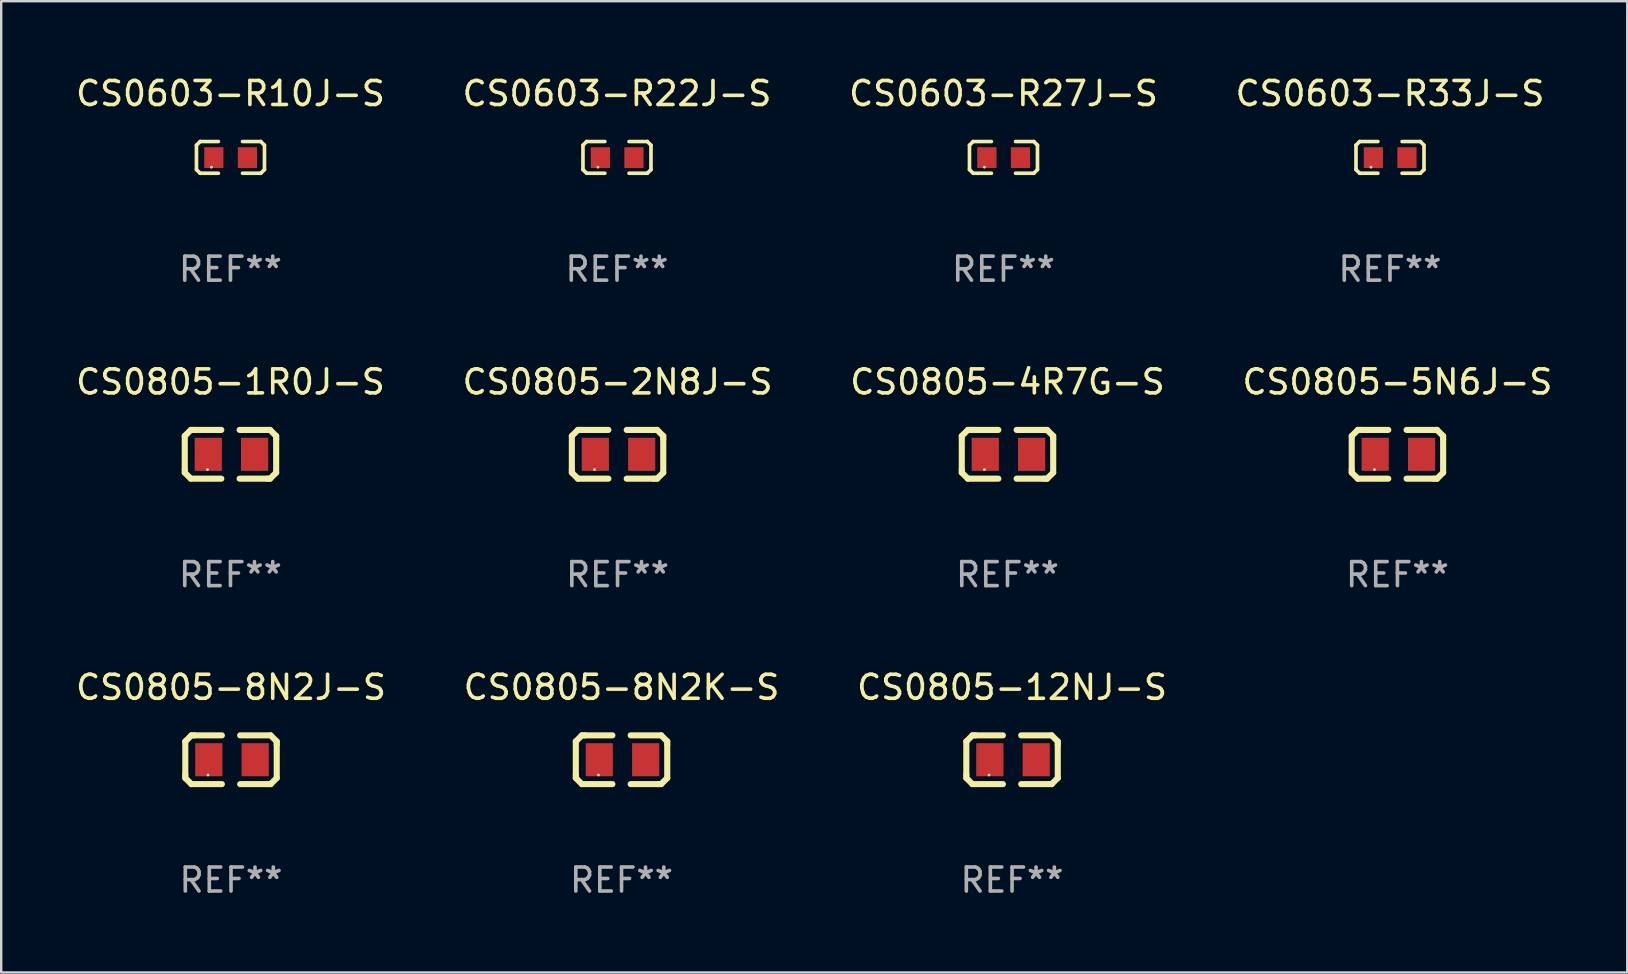
<source format=kicad_pcb>
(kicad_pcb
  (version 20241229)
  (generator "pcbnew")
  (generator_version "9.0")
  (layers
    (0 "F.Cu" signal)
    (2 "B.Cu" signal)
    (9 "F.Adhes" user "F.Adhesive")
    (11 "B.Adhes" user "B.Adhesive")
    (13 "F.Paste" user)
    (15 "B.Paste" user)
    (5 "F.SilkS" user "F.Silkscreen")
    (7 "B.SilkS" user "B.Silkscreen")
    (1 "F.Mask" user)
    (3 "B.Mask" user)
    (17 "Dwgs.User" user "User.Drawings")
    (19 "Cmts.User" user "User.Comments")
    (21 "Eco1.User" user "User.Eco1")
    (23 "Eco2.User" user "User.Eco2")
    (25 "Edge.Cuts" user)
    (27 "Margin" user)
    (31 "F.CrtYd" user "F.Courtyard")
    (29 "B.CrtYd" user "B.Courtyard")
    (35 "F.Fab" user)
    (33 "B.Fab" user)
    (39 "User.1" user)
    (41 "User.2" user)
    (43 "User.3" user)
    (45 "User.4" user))
  (footprint "CS0805-8N2K-S"
    (layer "F.Cu")
    (at 22.851 28.61)
    (property "Reference" "CS0805-8N2K-S" (at 0 -3.016 0) (layer "F.SilkS") (effects (font (size 1 1) (thickness 0.15))))
    (attr through_hole)
    (fp_line (start -1.905 -0.762) (end -1.905 0.635) (stroke (width 0.254) (type solid)) (layer "F.SilkS"))
    (fp_line (start -1.905 0.635) (end -1.905 0.762) (stroke (width 0.254) (type solid)) (layer "F.SilkS"))
    (fp_line (start -1.905 0.762) (end -1.651 1.016) (stroke (width 0.254) (type solid)) (layer "F.SilkS"))
    (fp_line (start -1.651 -1.016) (end -1.905 -0.762) (stroke (width 0.254) (type solid)) (layer "F.SilkS"))
    (fp_line (start -1.651 1.016) (end -0.381 1.016) (stroke (width 0.254) (type solid)) (layer "F.SilkS"))
    (fp_line (start -1.524 -1.016) (end -1.651 -1.016) (stroke (width 0.254) (type solid)) (layer "F.SilkS"))
    (fp_line (start -0.381 -1.016) (end -1.524 -1.016) (stroke (width 0.254) (type solid)) (layer "F.SilkS"))
    (fp_line (start 0.381 1.016) (end 1.524 1.016) (stroke (width 0.254) (type solid)) (layer "F.SilkS"))
    (fp_line (start 1.524 1.016) (end 1.651 1.016) (stroke (width 0.254) (type solid)) (layer "F.SilkS"))
    (fp_line (start 1.651 -1.016) (end 0.381 -1.016) (stroke (width 0.254) (type solid)) (layer "F.SilkS"))
    (fp_line (start 1.651 1.016) (end 1.905 0.762) (stroke (width 0.254) (type solid)) (layer "F.SilkS"))
    (fp_line (start 1.905 -0.762) (end 1.651 -1.016) (stroke (width 0.254) (type solid)) (layer "F.SilkS"))
    (fp_line (start 1.905 -0.635) (end 1.905 -0.762) (stroke (width 0.254) (type solid)) (layer "F.SilkS"))
    (fp_line (start 1.905 0.762) (end 1.905 -0.635) (stroke (width 0.254) (type solid)) (layer "F.SilkS"))
    (fp_circle (center -0.96 0.637) (end -0.93 0.637) (stroke (width 0.06) (type solid)) (fill no) (layer "F.SilkS"))
    (fp_text user "REF**" (at 0 5.016 0) (layer "F.Fab") (effects (font (size 1 1) (thickness 0.15))))
    (pad "1" smd rect (at -0.926 -0.000051) (size 1.133 1.377) (layers "F.Cu" "F.Mask" "F.Paste"))
    (pad "2" smd rect (at 1.006 -0.000051) (size 1.133 1.377) (layers "F.Cu" "F.Mask" "F.Paste")))
  (footprint "CS0603-R27J-S"
    (layer "F.Cu")
    (at 38.768 3.509)
    (property "Reference" "CS0603-R27J-S" (at 0 -2.661 0) (layer "F.SilkS") (effects (font (size 1 1) (thickness 0.15))))
    (attr through_hole)
    (fp_line (start -1.417 -0.508) (end -1.265 -0.661) (stroke (width 0.152) (type solid)) (layer "F.SilkS"))
    (fp_line (start -1.417 0.508) (end -1.417 -0.508) (stroke (width 0.152) (type solid)) (layer "F.SilkS"))
    (fp_line (start -1.265 -0.661) (end -0.503 -0.661) (stroke (width 0.152) (type solid)) (layer "F.SilkS"))
    (fp_line (start -1.265 0.661) (end -1.417 0.508) (stroke (width 0.152) (type solid)) (layer "F.SilkS"))
    (fp_line (start -1.265 0.661) (end -0.503 0.661) (stroke (width 0.152) (type solid)) (layer "F.SilkS"))
    (fp_line (start 1.265 -0.661) (end 0.503 -0.661) (stroke (width 0.152) (type solid)) (layer "F.SilkS"))
    (fp_line (start 1.265 -0.661) (end 1.417 -0.508) (stroke (width 0.152) (type solid)) (layer "F.SilkS"))
    (fp_line (start 1.265 0.661) (end 0.503 0.661) (stroke (width 0.152) (type solid)) (layer "F.SilkS"))
    (fp_line (start 1.417 -0.508) (end 1.417 0.508) (stroke (width 0.152) (type solid)) (layer "F.SilkS"))
    (fp_line (start 1.417 0.508) (end 1.265 0.661) (stroke (width 0.152) (type solid)) (layer "F.SilkS"))
    (fp_circle (center -0.793 0.409) (end -0.763 0.409) (stroke (width 0.06) (type solid)) (fill no) (layer "F.SilkS"))
    (fp_text user "REF**" (at 0 4.661 0) (layer "F.Fab") (effects (font (size 1 1) (thickness 0.15))))
    (pad "1" smd rect (at -0.693 0.009 180) (size 0.8 0.864) (layers "F.Cu" "F.Mask" "F.Paste"))
    (pad "2" smd rect (at 0.707 0.009 180) (size 0.8 0.864) (layers "F.Cu" "F.Mask" "F.Paste")))
  (footprint "CS0805-1R0J-S"
    (layer "F.Cu")
    (at 6.554 15.882)
    (property "Reference" "CS0805-1R0J-S" (at 0 -3.016 0) (layer "F.SilkS") (effects (font (size 1 1) (thickness 0.15))))
    (attr through_hole)
    (fp_line (start -1.905 -0.762) (end -1.905 0.635) (stroke (width 0.254) (type solid)) (layer "F.SilkS"))
    (fp_line (start -1.905 0.635) (end -1.905 0.762) (stroke (width 0.254) (type solid)) (layer "F.SilkS"))
    (fp_line (start -1.905 0.762) (end -1.651 1.016) (stroke (width 0.254) (type solid)) (layer "F.SilkS"))
    (fp_line (start -1.651 -1.016) (end -1.905 -0.762) (stroke (width 0.254) (type solid)) (layer "F.SilkS"))
    (fp_line (start -1.651 1.016) (end -0.381 1.016) (stroke (width 0.254) (type solid)) (layer "F.SilkS"))
    (fp_line (start -1.524 -1.016) (end -1.651 -1.016) (stroke (width 0.254) (type solid)) (layer "F.SilkS"))
    (fp_line (start -0.381 -1.016) (end -1.524 -1.016) (stroke (width 0.254) (type solid)) (layer "F.SilkS"))
    (fp_line (start 0.381 1.016) (end 1.524 1.016) (stroke (width 0.254) (type solid)) (layer "F.SilkS"))
    (fp_line (start 1.524 1.016) (end 1.651 1.016) (stroke (width 0.254) (type solid)) (layer "F.SilkS"))
    (fp_line (start 1.651 -1.016) (end 0.381 -1.016) (stroke (width 0.254) (type solid)) (layer "F.SilkS"))
    (fp_line (start 1.651 1.016) (end 1.905 0.762) (stroke (width 0.254) (type solid)) (layer "F.SilkS"))
    (fp_line (start 1.905 -0.762) (end 1.651 -1.016) (stroke (width 0.254) (type solid)) (layer "F.SilkS"))
    (fp_line (start 1.905 -0.635) (end 1.905 -0.762) (stroke (width 0.254) (type solid)) (layer "F.SilkS"))
    (fp_line (start 1.905 0.762) (end 1.905 -0.635) (stroke (width 0.254) (type solid)) (layer "F.SilkS"))
    (fp_circle (center -0.96 0.637) (end -0.93 0.637) (stroke (width 0.06) (type solid)) (fill no) (layer "F.SilkS"))
    (fp_text user "REF**" (at 0 5.016 0) (layer "F.Fab") (effects (font (size 1 1) (thickness 0.15))))
    (pad "1" smd rect (at -0.926 -0.000051) (size 1.133 1.377) (layers "F.Cu" "F.Mask" "F.Paste"))
    (pad "2" smd rect (at 1.006 -0.000051) (size 1.133 1.377) (layers "F.Cu" "F.Mask" "F.Paste")))
  (footprint "CS0603-R33J-S"
    (layer "F.Cu")
    (at 54.875 3.509)
    (property "Reference" "CS0603-R33J-S" (at 0 -2.661 0) (layer "F.SilkS") (effects (font (size 1 1) (thickness 0.15))))
    (attr through_hole)
    (fp_line (start -1.417 -0.508) (end -1.265 -0.661) (stroke (width 0.152) (type solid)) (layer "F.SilkS"))
    (fp_line (start -1.417 0.508) (end -1.417 -0.508) (stroke (width 0.152) (type solid)) (layer "F.SilkS"))
    (fp_line (start -1.265 -0.661) (end -0.503 -0.661) (stroke (width 0.152) (type solid)) (layer "F.SilkS"))
    (fp_line (start -1.265 0.661) (end -1.417 0.508) (stroke (width 0.152) (type solid)) (layer "F.SilkS"))
    (fp_line (start -1.265 0.661) (end -0.503 0.661) (stroke (width 0.152) (type solid)) (layer "F.SilkS"))
    (fp_line (start 1.265 -0.661) (end 0.503 -0.661) (stroke (width 0.152) (type solid)) (layer "F.SilkS"))
    (fp_line (start 1.265 -0.661) (end 1.417 -0.508) (stroke (width 0.152) (type solid)) (layer "F.SilkS"))
    (fp_line (start 1.265 0.661) (end 0.503 0.661) (stroke (width 0.152) (type solid)) (layer "F.SilkS"))
    (fp_line (start 1.417 -0.508) (end 1.417 0.508) (stroke (width 0.152) (type solid)) (layer "F.SilkS"))
    (fp_line (start 1.417 0.508) (end 1.265 0.661) (stroke (width 0.152) (type solid)) (layer "F.SilkS"))
    (fp_circle (center -0.793 0.409) (end -0.763 0.409) (stroke (width 0.06) (type solid)) (fill no) (layer "F.SilkS"))
    (fp_text user "REF**" (at 0 4.661 0) (layer "F.Fab") (effects (font (size 1 1) (thickness 0.15))))
    (pad "1" smd rect (at -0.693 0.009 180) (size 0.8 0.864) (layers "F.Cu" "F.Mask" "F.Paste"))
    (pad "2" smd rect (at 0.707 0.009 180) (size 0.8 0.864) (layers "F.Cu" "F.Mask" "F.Paste")))
  (footprint "CS0805-8N2J-S"
    (layer "F.Cu")
    (at 6.577 28.61)
    (property "Reference" "CS0805-8N2J-S" (at 0 -3.016 0) (layer "F.SilkS") (effects (font (size 1 1) (thickness 0.15))))
    (attr through_hole)
    (fp_line (start -1.905 -0.762) (end -1.905 0.635) (stroke (width 0.254) (type solid)) (layer "F.SilkS"))
    (fp_line (start -1.905 0.635) (end -1.905 0.762) (stroke (width 0.254) (type solid)) (layer "F.SilkS"))
    (fp_line (start -1.905 0.762) (end -1.651 1.016) (stroke (width 0.254) (type solid)) (layer "F.SilkS"))
    (fp_line (start -1.651 -1.016) (end -1.905 -0.762) (stroke (width 0.254) (type solid)) (layer "F.SilkS"))
    (fp_line (start -1.651 1.016) (end -0.381 1.016) (stroke (width 0.254) (type solid)) (layer "F.SilkS"))
    (fp_line (start -1.524 -1.016) (end -1.651 -1.016) (stroke (width 0.254) (type solid)) (layer "F.SilkS"))
    (fp_line (start -0.381 -1.016) (end -1.524 -1.016) (stroke (width 0.254) (type solid)) (layer "F.SilkS"))
    (fp_line (start 0.381 1.016) (end 1.524 1.016) (stroke (width 0.254) (type solid)) (layer "F.SilkS"))
    (fp_line (start 1.524 1.016) (end 1.651 1.016) (stroke (width 0.254) (type solid)) (layer "F.SilkS"))
    (fp_line (start 1.651 -1.016) (end 0.381 -1.016) (stroke (width 0.254) (type solid)) (layer "F.SilkS"))
    (fp_line (start 1.651 1.016) (end 1.905 0.762) (stroke (width 0.254) (type solid)) (layer "F.SilkS"))
    (fp_line (start 1.905 -0.762) (end 1.651 -1.016) (stroke (width 0.254) (type solid)) (layer "F.SilkS"))
    (fp_line (start 1.905 -0.635) (end 1.905 -0.762) (stroke (width 0.254) (type solid)) (layer "F.SilkS"))
    (fp_line (start 1.905 0.762) (end 1.905 -0.635) (stroke (width 0.254) (type solid)) (layer "F.SilkS"))
    (fp_circle (center -0.96 0.637) (end -0.93 0.637) (stroke (width 0.06) (type solid)) (fill no) (layer "F.SilkS"))
    (fp_text user "REF**" (at 0 5.016 0) (layer "F.Fab") (effects (font (size 1 1) (thickness 0.15))))
    (pad "1" smd rect (at -0.926 -0.000051) (size 1.133 1.377) (layers "F.Cu" "F.Mask" "F.Paste"))
    (pad "2" smd rect (at 1.006 -0.000051) (size 1.133 1.377) (layers "F.Cu" "F.Mask" "F.Paste")))
  (footprint "CS0805-2N8J-S"
    (layer "F.Cu")
    (at 22.685 15.882)
    (property "Reference" "CS0805-2N8J-S" (at 0 -3.016 0) (layer "F.SilkS") (effects (font (size 1 1) (thickness 0.15))))
    (attr through_hole)
    (fp_line (start -1.905 -0.762) (end -1.905 0.635) (stroke (width 0.254) (type solid)) (layer "F.SilkS"))
    (fp_line (start -1.905 0.635) (end -1.905 0.762) (stroke (width 0.254) (type solid)) (layer "F.SilkS"))
    (fp_line (start -1.905 0.762) (end -1.651 1.016) (stroke (width 0.254) (type solid)) (layer "F.SilkS"))
    (fp_line (start -1.651 -1.016) (end -1.905 -0.762) (stroke (width 0.254) (type solid)) (layer "F.SilkS"))
    (fp_line (start -1.651 1.016) (end -0.381 1.016) (stroke (width 0.254) (type solid)) (layer "F.SilkS"))
    (fp_line (start -1.524 -1.016) (end -1.651 -1.016) (stroke (width 0.254) (type solid)) (layer "F.SilkS"))
    (fp_line (start -0.381 -1.016) (end -1.524 -1.016) (stroke (width 0.254) (type solid)) (layer "F.SilkS"))
    (fp_line (start 0.381 1.016) (end 1.524 1.016) (stroke (width 0.254) (type solid)) (layer "F.SilkS"))
    (fp_line (start 1.524 1.016) (end 1.651 1.016) (stroke (width 0.254) (type solid)) (layer "F.SilkS"))
    (fp_line (start 1.651 -1.016) (end 0.381 -1.016) (stroke (width 0.254) (type solid)) (layer "F.SilkS"))
    (fp_line (start 1.651 1.016) (end 1.905 0.762) (stroke (width 0.254) (type solid)) (layer "F.SilkS"))
    (fp_line (start 1.905 -0.762) (end 1.651 -1.016) (stroke (width 0.254) (type solid)) (layer "F.SilkS"))
    (fp_line (start 1.905 -0.635) (end 1.905 -0.762) (stroke (width 0.254) (type solid)) (layer "F.SilkS"))
    (fp_line (start 1.905 0.762) (end 1.905 -0.635) (stroke (width 0.254) (type solid)) (layer "F.SilkS"))
    (fp_circle (center -0.96 0.637) (end -0.93 0.637) (stroke (width 0.06) (type solid)) (fill no) (layer "F.SilkS"))
    (fp_text user "REF**" (at 0 5.016 0) (layer "F.Fab") (effects (font (size 1 1) (thickness 0.15))))
    (pad "1" smd rect (at -0.926 -0.000051) (size 1.133 1.377) (layers "F.Cu" "F.Mask" "F.Paste"))
    (pad "2" smd rect (at 1.006 -0.000051) (size 1.133 1.377) (layers "F.Cu" "F.Mask" "F.Paste")))
  (footprint "CS0603-R10J-S"
    (layer "F.Cu")
    (at 6.554 3.509)
    (property "Reference" "CS0603-R10J-S" (at 0 -2.661 0) (layer "F.SilkS") (effects (font (size 1 1) (thickness 0.15))))
    (attr through_hole)
    (fp_line (start -1.417 -0.508) (end -1.265 -0.661) (stroke (width 0.152) (type solid)) (layer "F.SilkS"))
    (fp_line (start -1.417 0.508) (end -1.417 -0.508) (stroke (width 0.152) (type solid)) (layer "F.SilkS"))
    (fp_line (start -1.265 -0.661) (end -0.503 -0.661) (stroke (width 0.152) (type solid)) (layer "F.SilkS"))
    (fp_line (start -1.265 0.661) (end -1.417 0.508) (stroke (width 0.152) (type solid)) (layer "F.SilkS"))
    (fp_line (start -1.265 0.661) (end -0.503 0.661) (stroke (width 0.152) (type solid)) (layer "F.SilkS"))
    (fp_line (start 1.265 -0.661) (end 0.503 -0.661) (stroke (width 0.152) (type solid)) (layer "F.SilkS"))
    (fp_line (start 1.265 -0.661) (end 1.417 -0.508) (stroke (width 0.152) (type solid)) (layer "F.SilkS"))
    (fp_line (start 1.265 0.661) (end 0.503 0.661) (stroke (width 0.152) (type solid)) (layer "F.SilkS"))
    (fp_line (start 1.417 -0.508) (end 1.417 0.508) (stroke (width 0.152) (type solid)) (layer "F.SilkS"))
    (fp_line (start 1.417 0.508) (end 1.265 0.661) (stroke (width 0.152) (type solid)) (layer "F.SilkS"))
    (fp_circle (center -0.793 0.409) (end -0.763 0.409) (stroke (width 0.06) (type solid)) (fill no) (layer "F.SilkS"))
    (fp_text user "REF**" (at 0 4.661 0) (layer "F.Fab") (effects (font (size 1 1) (thickness 0.15))))
    (pad "1" smd rect (at -0.693 0.009 180) (size 0.8 0.864) (layers "F.Cu" "F.Mask" "F.Paste"))
    (pad "2" smd rect (at 0.707 0.009 180) (size 0.8 0.864) (layers "F.Cu" "F.Mask" "F.Paste")))
  (footprint "CS0805-4R7G-S"
    (layer "F.Cu")
    (at 38.935 15.882)
    (property "Reference" "CS0805-4R7G-S" (at 0 -3.016 0) (layer "F.SilkS") (effects (font (size 1 1) (thickness 0.15))))
    (attr through_hole)
    (fp_line (start -1.905 -0.762) (end -1.905 0.635) (stroke (width 0.254) (type solid)) (layer "F.SilkS"))
    (fp_line (start -1.905 0.635) (end -1.905 0.762) (stroke (width 0.254) (type solid)) (layer "F.SilkS"))
    (fp_line (start -1.905 0.762) (end -1.651 1.016) (stroke (width 0.254) (type solid)) (layer "F.SilkS"))
    (fp_line (start -1.651 -1.016) (end -1.905 -0.762) (stroke (width 0.254) (type solid)) (layer "F.SilkS"))
    (fp_line (start -1.651 1.016) (end -0.381 1.016) (stroke (width 0.254) (type solid)) (layer "F.SilkS"))
    (fp_line (start -1.524 -1.016) (end -1.651 -1.016) (stroke (width 0.254) (type solid)) (layer "F.SilkS"))
    (fp_line (start -0.381 -1.016) (end -1.524 -1.016) (stroke (width 0.254) (type solid)) (layer "F.SilkS"))
    (fp_line (start 0.381 1.016) (end 1.524 1.016) (stroke (width 0.254) (type solid)) (layer "F.SilkS"))
    (fp_line (start 1.524 1.016) (end 1.651 1.016) (stroke (width 0.254) (type solid)) (layer "F.SilkS"))
    (fp_line (start 1.651 -1.016) (end 0.381 -1.016) (stroke (width 0.254) (type solid)) (layer "F.SilkS"))
    (fp_line (start 1.651 1.016) (end 1.905 0.762) (stroke (width 0.254) (type solid)) (layer "F.SilkS"))
    (fp_line (start 1.905 -0.762) (end 1.651 -1.016) (stroke (width 0.254) (type solid)) (layer "F.SilkS"))
    (fp_line (start 1.905 -0.635) (end 1.905 -0.762) (stroke (width 0.254) (type solid)) (layer "F.SilkS"))
    (fp_line (start 1.905 0.762) (end 1.905 -0.635) (stroke (width 0.254) (type solid)) (layer "F.SilkS"))
    (fp_circle (center -0.96 0.637) (end -0.93 0.637) (stroke (width 0.06) (type solid)) (fill no) (layer "F.SilkS"))
    (fp_text user "REF**" (at 0 5.016 0) (layer "F.Fab") (effects (font (size 1 1) (thickness 0.15))))
    (pad "1" smd rect (at -0.926 -0.000051) (size 1.133 1.377) (layers "F.Cu" "F.Mask" "F.Paste"))
    (pad "2" smd rect (at 1.006 -0.000051) (size 1.133 1.377) (layers "F.Cu" "F.Mask" "F.Paste")))
  (footprint "CS0603-R22J-S"
    (layer "F.Cu")
    (at 22.661 3.509)
    (property "Reference" "CS0603-R22J-S" (at 0 -2.661 0) (layer "F.SilkS") (effects (font (size 1 1) (thickness 0.15))))
    (attr through_hole)
    (fp_line (start -1.417 -0.508) (end -1.265 -0.661) (stroke (width 0.152) (type solid)) (layer "F.SilkS"))
    (fp_line (start -1.417 0.508) (end -1.417 -0.508) (stroke (width 0.152) (type solid)) (layer "F.SilkS"))
    (fp_line (start -1.265 -0.661) (end -0.503 -0.661) (stroke (width 0.152) (type solid)) (layer "F.SilkS"))
    (fp_line (start -1.265 0.661) (end -1.417 0.508) (stroke (width 0.152) (type solid)) (layer "F.SilkS"))
    (fp_line (start -1.265 0.661) (end -0.503 0.661) (stroke (width 0.152) (type solid)) (layer "F.SilkS"))
    (fp_line (start 1.265 -0.661) (end 0.503 -0.661) (stroke (width 0.152) (type solid)) (layer "F.SilkS"))
    (fp_line (start 1.265 -0.661) (end 1.417 -0.508) (stroke (width 0.152) (type solid)) (layer "F.SilkS"))
    (fp_line (start 1.265 0.661) (end 0.503 0.661) (stroke (width 0.152) (type solid)) (layer "F.SilkS"))
    (fp_line (start 1.417 -0.508) (end 1.417 0.508) (stroke (width 0.152) (type solid)) (layer "F.SilkS"))
    (fp_line (start 1.417 0.508) (end 1.265 0.661) (stroke (width 0.152) (type solid)) (layer "F.SilkS"))
    (fp_circle (center -0.793 0.409) (end -0.763 0.409) (stroke (width 0.06) (type solid)) (fill no) (layer "F.SilkS"))
    (fp_text user "REF**" (at 0 4.661 0) (layer "F.Fab") (effects (font (size 1 1) (thickness 0.15))))
    (pad "1" smd rect (at -0.693 0.009 180) (size 0.8 0.864) (layers "F.Cu" "F.Mask" "F.Paste"))
    (pad "2" smd rect (at 0.707 0.009 180) (size 0.8 0.864) (layers "F.Cu" "F.Mask" "F.Paste")))
  (footprint "CS0805-5N6J-S"
    (layer "F.Cu")
    (at 55.185 15.882)
    (property "Reference" "CS0805-5N6J-S" (at 0 -3.016 0) (layer "F.SilkS") (effects (font (size 1 1) (thickness 0.15))))
    (attr through_hole)
    (fp_line (start -1.905 -0.762) (end -1.905 0.635) (stroke (width 0.254) (type solid)) (layer "F.SilkS"))
    (fp_line (start -1.905 0.635) (end -1.905 0.762) (stroke (width 0.254) (type solid)) (layer "F.SilkS"))
    (fp_line (start -1.905 0.762) (end -1.651 1.016) (stroke (width 0.254) (type solid)) (layer "F.SilkS"))
    (fp_line (start -1.651 -1.016) (end -1.905 -0.762) (stroke (width 0.254) (type solid)) (layer "F.SilkS"))
    (fp_line (start -1.651 1.016) (end -0.381 1.016) (stroke (width 0.254) (type solid)) (layer "F.SilkS"))
    (fp_line (start -1.524 -1.016) (end -1.651 -1.016) (stroke (width 0.254) (type solid)) (layer "F.SilkS"))
    (fp_line (start -0.381 -1.016) (end -1.524 -1.016) (stroke (width 0.254) (type solid)) (layer "F.SilkS"))
    (fp_line (start 0.381 1.016) (end 1.524 1.016) (stroke (width 0.254) (type solid)) (layer "F.SilkS"))
    (fp_line (start 1.524 1.016) (end 1.651 1.016) (stroke (width 0.254) (type solid)) (layer "F.SilkS"))
    (fp_line (start 1.651 -1.016) (end 0.381 -1.016) (stroke (width 0.254) (type solid)) (layer "F.SilkS"))
    (fp_line (start 1.651 1.016) (end 1.905 0.762) (stroke (width 0.254) (type solid)) (layer "F.SilkS"))
    (fp_line (start 1.905 -0.762) (end 1.651 -1.016) (stroke (width 0.254) (type solid)) (layer "F.SilkS"))
    (fp_line (start 1.905 -0.635) (end 1.905 -0.762) (stroke (width 0.254) (type solid)) (layer "F.SilkS"))
    (fp_line (start 1.905 0.762) (end 1.905 -0.635) (stroke (width 0.254) (type solid)) (layer "F.SilkS"))
    (fp_circle (center -0.96 0.637) (end -0.93 0.637) (stroke (width 0.06) (type solid)) (fill no) (layer "F.SilkS"))
    (fp_text user "REF**" (at 0 5.016 0) (layer "F.Fab") (effects (font (size 1 1) (thickness 0.15))))
    (pad "1" smd rect (at -0.926 -0.000051) (size 1.133 1.377) (layers "F.Cu" "F.Mask" "F.Paste"))
    (pad "2" smd rect (at 1.006 -0.000051) (size 1.133 1.377) (layers "F.Cu" "F.Mask" "F.Paste")))
  (footprint "CS0805-12NJ-S"
    (layer "F.Cu")
    (at 39.125 28.61)
    (property "Reference" "CS0805-12NJ-S" (at 0 -3.016 0) (layer "F.SilkS") (effects (font (size 1 1) (thickness 0.15))))
    (attr through_hole)
    (fp_line (start -1.905 -0.762) (end -1.905 0.635) (stroke (width 0.254) (type solid)) (layer "F.SilkS"))
    (fp_line (start -1.905 0.635) (end -1.905 0.762) (stroke (width 0.254) (type solid)) (layer "F.SilkS"))
    (fp_line (start -1.905 0.762) (end -1.651 1.016) (stroke (width 0.254) (type solid)) (layer "F.SilkS"))
    (fp_line (start -1.651 -1.016) (end -1.905 -0.762) (stroke (width 0.254) (type solid)) (layer "F.SilkS"))
    (fp_line (start -1.651 1.016) (end -0.381 1.016) (stroke (width 0.254) (type solid)) (layer "F.SilkS"))
    (fp_line (start -1.524 -1.016) (end -1.651 -1.016) (stroke (width 0.254) (type solid)) (layer "F.SilkS"))
    (fp_line (start -0.381 -1.016) (end -1.524 -1.016) (stroke (width 0.254) (type solid)) (layer "F.SilkS"))
    (fp_line (start 0.381 1.016) (end 1.524 1.016) (stroke (width 0.254) (type solid)) (layer "F.SilkS"))
    (fp_line (start 1.524 1.016) (end 1.651 1.016) (stroke (width 0.254) (type solid)) (layer "F.SilkS"))
    (fp_line (start 1.651 -1.016) (end 0.381 -1.016) (stroke (width 0.254) (type solid)) (layer "F.SilkS"))
    (fp_line (start 1.651 1.016) (end 1.905 0.762) (stroke (width 0.254) (type solid)) (layer "F.SilkS"))
    (fp_line (start 1.905 -0.762) (end 1.651 -1.016) (stroke (width 0.254) (type solid)) (layer "F.SilkS"))
    (fp_line (start 1.905 -0.635) (end 1.905 -0.762) (stroke (width 0.254) (type solid)) (layer "F.SilkS"))
    (fp_line (start 1.905 0.762) (end 1.905 -0.635) (stroke (width 0.254) (type solid)) (layer "F.SilkS"))
    (fp_circle (center -0.96 0.637) (end -0.93 0.637) (stroke (width 0.06) (type solid)) (fill no) (layer "F.SilkS"))
    (fp_text user "REF**" (at 0 5.016 0) (layer "F.Fab") (effects (font (size 1 1) (thickness 0.15))))
    (pad "1" smd rect (at -0.926 -0.000051) (size 1.133 1.377) (layers "F.Cu" "F.Mask" "F.Paste"))
    (pad "2" smd rect (at 1.006 -0.000051) (size 1.133 1.377) (layers "F.Cu" "F.Mask" "F.Paste")))
  (gr_rect
    (start -3 -3)
    (end 64.762 37.475)
    (stroke (width 0.1) (type default))
    (fill no)
    (layer "Edge.Cuts")))
</source>
